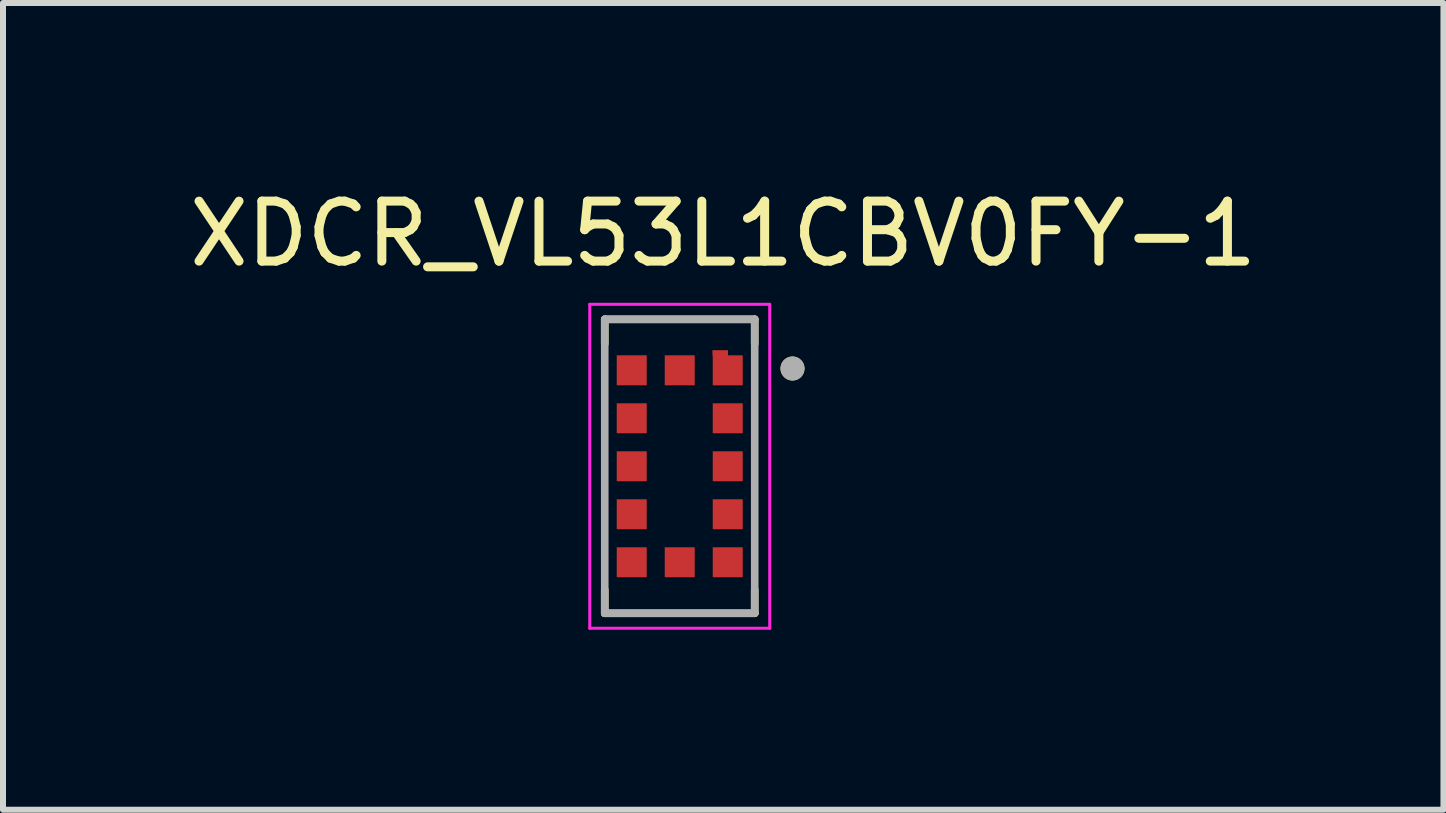
<source format=kicad_pcb>
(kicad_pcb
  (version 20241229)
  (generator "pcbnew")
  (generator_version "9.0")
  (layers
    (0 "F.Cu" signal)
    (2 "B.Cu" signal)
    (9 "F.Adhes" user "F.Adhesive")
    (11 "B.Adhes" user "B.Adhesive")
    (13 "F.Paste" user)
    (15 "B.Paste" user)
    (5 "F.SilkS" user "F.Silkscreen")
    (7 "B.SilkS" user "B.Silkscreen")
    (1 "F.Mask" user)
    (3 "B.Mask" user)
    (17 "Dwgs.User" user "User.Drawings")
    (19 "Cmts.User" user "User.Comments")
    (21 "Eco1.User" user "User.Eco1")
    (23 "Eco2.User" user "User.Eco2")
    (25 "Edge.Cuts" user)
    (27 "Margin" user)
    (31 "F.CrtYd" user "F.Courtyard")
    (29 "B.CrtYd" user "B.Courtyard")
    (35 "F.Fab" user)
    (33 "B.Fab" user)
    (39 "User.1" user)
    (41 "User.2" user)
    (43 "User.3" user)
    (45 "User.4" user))
  (footprint "XDCR_VL53L1CBV0FY-1"
    (layer "F.Cu")
    (at 8.281 4.723)
    (property "Reference" "XDCR_VL53L1CBV0FY-1" (at 0.725 -3.875 0) (layer "F.SilkS") (effects (font (size 1 1) (thickness 0.15))))
    (attr smd)
    (fp_poly (pts (xy 0.45 -2.02) (xy 0.82 -2.02) (xy 0.82 -1.85) (xy 0.45 -1.85)) (stroke (width 0.01) (type solid)) (fill yes) (layer "F.Mask"))
    (fp_line (start -1.25 -2.45) (end 1.25 -2.45) (stroke (width 0.127) (type solid)) (layer "F.SilkS"))
    (fp_line (start -1.25 -2.04) (end -1.25 -2.45) (stroke (width 0.127) (type solid)) (layer "F.SilkS"))
    (fp_line (start -1.25 2.06) (end -1.25 2.45) (stroke (width 0.127) (type solid)) (layer "F.SilkS"))
    (fp_line (start -1.25 2.45) (end 1.25 2.45) (stroke (width 0.127) (type solid)) (layer "F.SilkS"))
    (fp_line (start 1.25 -2.45) (end 1.25 -2.04) (stroke (width 0.127) (type solid)) (layer "F.SilkS"))
    (fp_line (start 1.25 2.45) (end 1.25 2.06) (stroke (width 0.127) (type solid)) (layer "F.SilkS"))
    (fp_circle (center 1.88 -1.63) (end 1.98 -1.63) (stroke (width 0.2) (type solid)) (fill no) (layer "F.SilkS"))
    (fp_poly (pts (xy 0.55 -1.93) (xy 0.8 -1.93) (xy 0.8 -1.85) (xy 0.55 -1.85)) (stroke (width 0.01) (type solid)) (fill yes) (layer "F.Paste"))
    (fp_line (start -1.5 -2.7) (end 1.5 -2.7) (stroke (width 0.05) (type solid)) (layer "F.CrtYd"))
    (fp_line (start -1.5 2.7) (end -1.5 -2.7) (stroke (width 0.05) (type solid)) (layer "F.CrtYd"))
    (fp_line (start 1.5 -2.7) (end 1.5 2.7) (stroke (width 0.05) (type solid)) (layer "F.CrtYd"))
    (fp_line (start 1.5 2.7) (end -1.5 2.7) (stroke (width 0.05) (type solid)) (layer "F.CrtYd"))
    (fp_line (start -1.25 -2.45) (end 1.25 -2.45) (stroke (width 0.127) (type solid)) (layer "F.Fab"))
    (fp_line (start -1.25 2.45) (end -1.25 -2.45) (stroke (width 0.127) (type solid)) (layer "F.Fab"))
    (fp_line (start 1.25 -2.45) (end 1.25 2.45) (stroke (width 0.127) (type solid)) (layer "F.Fab"))
    (fp_line (start 1.25 2.45) (end -1.25 2.45) (stroke (width 0.127) (type solid)) (layer "F.Fab"))
    (fp_circle (center 1.88 -1.63) (end 1.98 -1.63) (stroke (width 0.2) (type solid)) (fill no) (layer "F.Fab"))
    (pad "1" smd custom (at 0.8 -1.6) (size 0.5 0.5) (layers "F.Cu" "F.Mask" "F.Paste") (options (anchor rect)) (primitives (gr_poly (pts (xy -0.25 -0.25) (xy -0.25 -0.33) (xy 0 -0.33) (xy 0 -0.12) (xy 0.11 -0.12) (xy 0.11 0.1) (xy -0.23 0.1) (xy -0.23 -0.25)) (width 0.01) (fill yes))))
    (pad "2" smd rect (at 0.8 -0.8) (size 0.5 0.5) (layers "F.Cu" "F.Mask" "F.Paste"))
    (pad "3" smd rect (at 0.8 0) (size 0.5 0.5) (layers "F.Cu" "F.Mask" "F.Paste"))
    (pad "4" smd rect (at 0.8 0.8) (size 0.5 0.5) (layers "F.Cu" "F.Mask" "F.Paste"))
    (pad "5" smd rect (at 0.8 1.6) (size 0.5 0.5) (layers "F.Cu" "F.Mask" "F.Paste"))
    (pad "6" smd rect (at 0 1.6) (size 0.5 0.5) (layers "F.Cu" "F.Mask" "F.Paste"))
    (pad "7" smd rect (at -0.8 1.6) (size 0.5 0.5) (layers "F.Cu" "F.Mask" "F.Paste"))
    (pad "8" smd rect (at -0.8 0.8) (size 0.5 0.5) (layers "F.Cu" "F.Mask" "F.Paste"))
    (pad "9" smd rect (at -0.8 0) (size 0.5 0.5) (layers "F.Cu" "F.Mask" "F.Paste"))
    (pad "10" smd rect (at -0.8 -0.8) (size 0.5 0.5) (layers "F.Cu" "F.Mask" "F.Paste"))
    (pad "11" smd rect (at -0.8 -1.6) (size 0.5 0.5) (layers "F.Cu" "F.Mask" "F.Paste"))
    (pad "12" smd rect (at 0 -1.6) (size 0.5 0.5) (layers "F.Cu" "F.Mask" "F.Paste")))
  (gr_rect
    (start -3 -3)
    (end 21.012 10.448)
    (stroke (width 0.1) (type default))
    (fill no)
    (layer "Edge.Cuts")))
</source>
